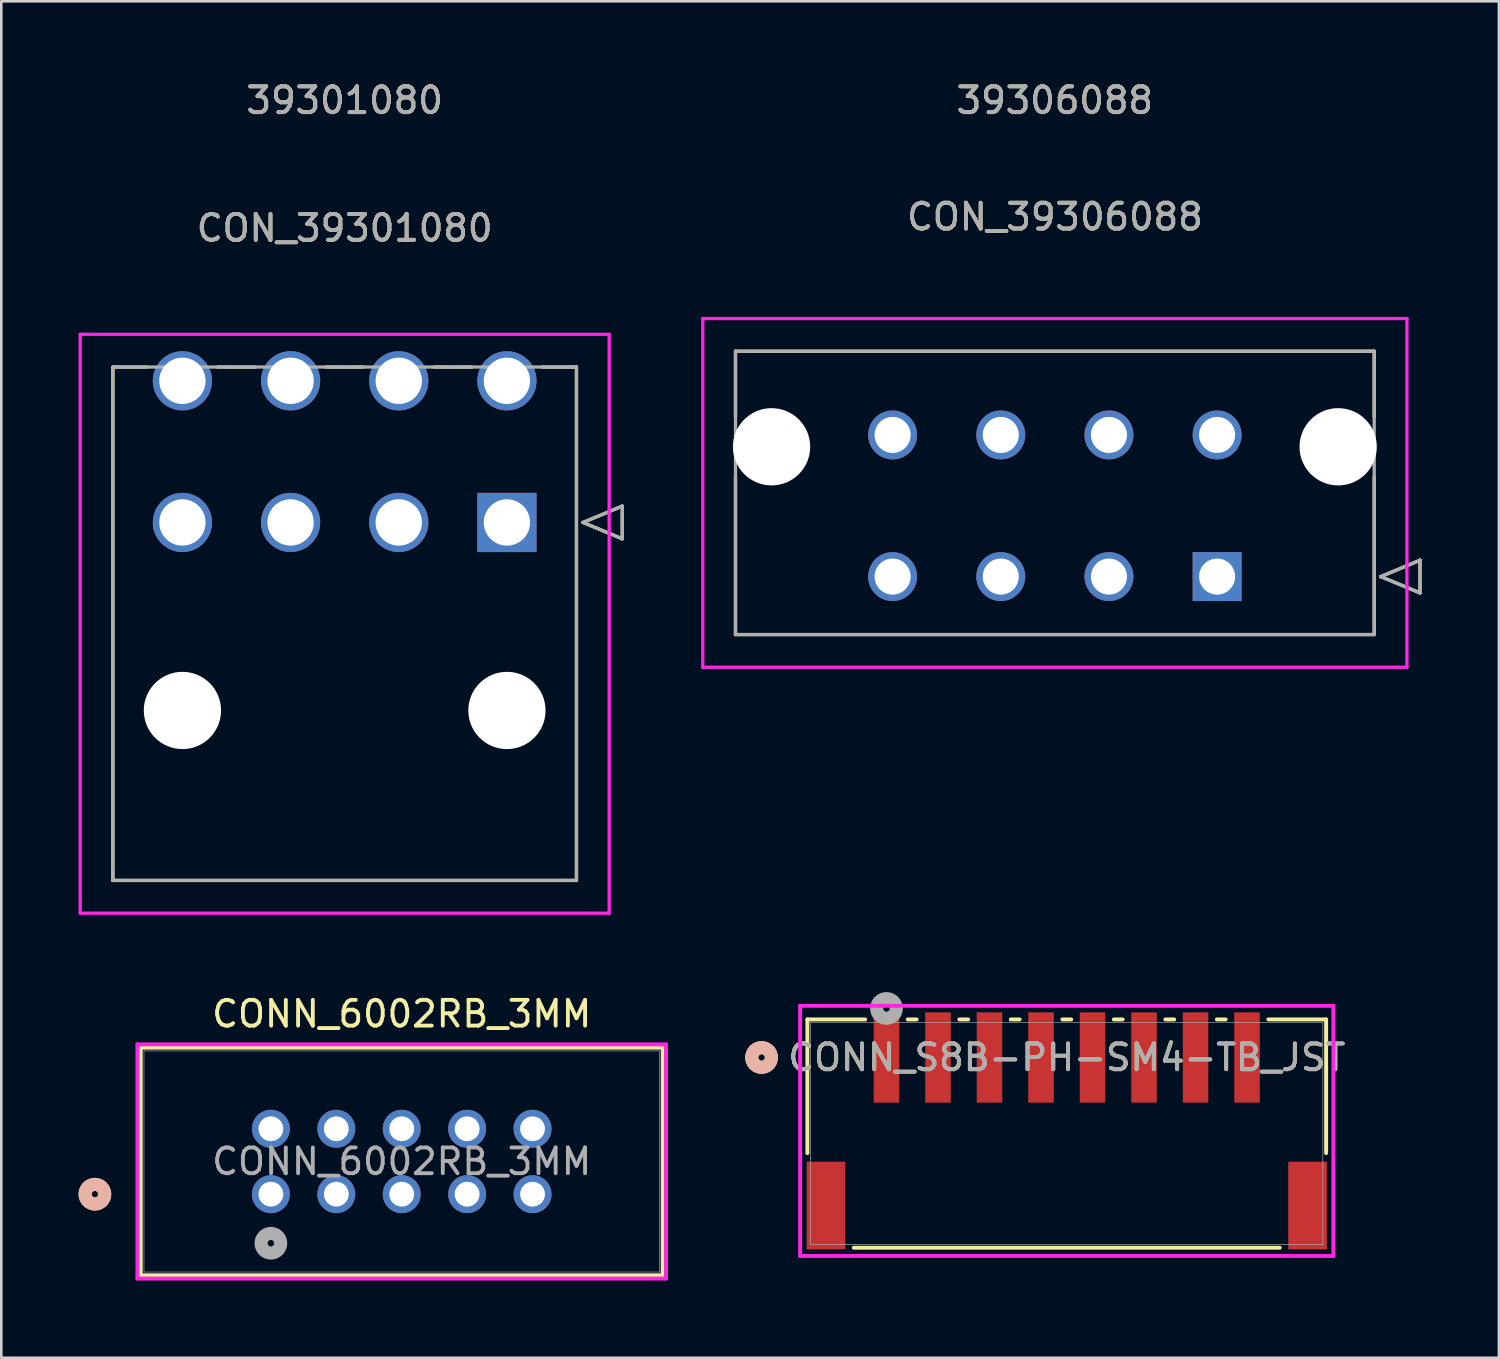
<source format=kicad_pcb>
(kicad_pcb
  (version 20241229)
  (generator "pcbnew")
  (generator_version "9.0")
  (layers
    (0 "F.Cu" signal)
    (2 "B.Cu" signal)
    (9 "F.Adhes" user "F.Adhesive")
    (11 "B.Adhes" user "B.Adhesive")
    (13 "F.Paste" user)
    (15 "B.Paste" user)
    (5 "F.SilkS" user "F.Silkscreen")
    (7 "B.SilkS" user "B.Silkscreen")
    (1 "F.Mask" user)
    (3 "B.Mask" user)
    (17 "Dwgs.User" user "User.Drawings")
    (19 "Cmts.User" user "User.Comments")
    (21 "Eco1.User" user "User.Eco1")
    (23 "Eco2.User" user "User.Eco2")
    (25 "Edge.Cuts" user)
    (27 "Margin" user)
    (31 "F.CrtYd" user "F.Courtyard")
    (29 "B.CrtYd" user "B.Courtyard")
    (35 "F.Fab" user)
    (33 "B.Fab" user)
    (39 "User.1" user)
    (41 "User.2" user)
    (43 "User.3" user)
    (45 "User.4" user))
  (footprint "CON_39301080"
    (layer "F.Cu")
    (at 16.633 17.236)
    (property "Reference" "CON_39301080" (at -6.3 -11.43 0) (unlocked yes) (layer "F.SilkS") (effects (font (size 1 1) (thickness 0.15))))
    (attr through_hole)
    (fp_line (start -15.3 -6.035) (end -15.3 13.9) (stroke (width 0.127) (type solid)) (layer "F.SilkS"))
    (fp_line (start -15.3 13.9) (end 2.7 13.9) (stroke (width 0.127) (type solid)) (layer "F.SilkS"))
    (fp_line (start -13.969 -6.035) (end -15.3 -6.035) (stroke (width 0.127) (type solid)) (layer "F.SilkS"))
    (fp_line (start -9.769 -6.035) (end -11.231 -6.035) (stroke (width 0.127) (type solid)) (layer "F.SilkS"))
    (fp_line (start -5.569 -6.035) (end -7.031 -6.035) (stroke (width 0.127) (type solid)) (layer "F.SilkS"))
    (fp_line (start -1.369 -6.035) (end -2.831 -6.035) (stroke (width 0.127) (type solid)) (layer "F.SilkS"))
    (fp_line (start 2.7 -6.035) (end 1.369 -6.035) (stroke (width 0.127) (type solid)) (layer "F.SilkS"))
    (fp_line (start 2.7 13.9) (end 2.7 -6.035) (stroke (width 0.127) (type solid)) (layer "F.SilkS"))
    (fp_line (start 2.954 0) (end 4.478 -0.635) (stroke (width 0.127) (type solid)) (layer "F.SilkS"))
    (fp_line (start 4.478 -0.635) (end 4.478 0.635) (stroke (width 0.127) (type solid)) (layer "F.SilkS"))
    (fp_line (start 4.478 0.635) (end 2.954 0) (stroke (width 0.127) (type solid)) (layer "F.SilkS"))
    (fp_line (start -16.57 -7.305) (end -16.57 15.17) (stroke (width 0.127) (type solid)) (layer "F.CrtYd"))
    (fp_line (start -16.57 15.17) (end 3.97 15.17) (stroke (width 0.127) (type solid)) (layer "F.CrtYd"))
    (fp_line (start 3.97 -7.305) (end -16.57 -7.305) (stroke (width 0.127) (type solid)) (layer "F.CrtYd"))
    (fp_line (start 3.97 15.17) (end 3.97 -7.305) (stroke (width 0.127) (type solid)) (layer "F.CrtYd"))
    (fp_line (start -15.3 -6.035) (end -15.3 13.9) (stroke (width 0.127) (type solid)) (layer "F.Fab"))
    (fp_line (start -15.3 13.9) (end 2.7 13.9) (stroke (width 0.127) (type solid)) (layer "F.Fab"))
    (fp_line (start 2.7 -6.035) (end -15.3 -6.035) (stroke (width 0.127) (type solid)) (layer "F.Fab"))
    (fp_line (start 2.7 13.9) (end 2.7 -6.035) (stroke (width 0.127) (type solid)) (layer "F.Fab"))
    (fp_line (start 2.954 0) (end 4.478 -0.635) (stroke (width 0.127) (type solid)) (layer "F.Fab"))
    (fp_line (start 4.478 -0.635) (end 4.478 0.635) (stroke (width 0.127) (type solid)) (layer "F.Fab"))
    (fp_line (start 4.478 0.635) (end 2.954 0) (stroke (width 0.127) (type solid)) (layer "F.Fab"))
    (fp_text user "39301080" (at -6.3 -16.388 0) (unlocked yes) (layer "F.SilkS") (effects (font (size 1 1) (thickness 0.15))))
    (fp_text user "39301080" (at -6.3 -16.388 0) (unlocked yes) (layer "F.Fab") (effects (font (size 1 1) (thickness 0.15))))
    (fp_text user "${REFERENCE}" (at -6.3 -11.43 0) (unlocked yes) (layer "F.Fab") (effects (font (size 1 1) (thickness 0.15))))
    (pad "" np_thru_hole circle (at -12.6 7.3) (size 3 3) (drill 3) (layers "*.Cu" "*.Mask"))
    (pad "" np_thru_hole circle (at 0 7.3) (size 3 3) (drill 3) (layers "*.Cu" "*.Mask"))
    (pad "1" thru_hole rect (at 0 0) (size 2.3 2.3) (drill 1.8) (layers "*.Cu" "*.Mask"))
    (pad "2" thru_hole circle (at -4.2 0) (size 2.3 2.3) (drill 1.8) (layers "*.Cu" "*.Mask"))
    (pad "3" thru_hole circle (at -8.4 0) (size 2.3 2.3) (drill 1.8) (layers "*.Cu" "*.Mask"))
    (pad "4" thru_hole circle (at -12.6 0) (size 2.3 2.3) (drill 1.8) (layers "*.Cu" "*.Mask"))
    (pad "5" thru_hole circle (at 0 -5.5) (size 2.3 2.3) (drill 1.8) (layers "*.Cu" "*.Mask"))
    (pad "6" thru_hole circle (at -4.2 -5.5) (size 2.3 2.3) (drill 1.8) (layers "*.Cu" "*.Mask"))
    (pad "7" thru_hole circle (at -8.4 -5.5) (size 2.3 2.3) (drill 1.8) (layers "*.Cu" "*.Mask"))
    (pad "8" thru_hole circle (at -12.6 -5.5) (size 2.3 2.3) (drill 1.8) (layers "*.Cu" "*.Mask")))
  (footprint "CONN_6002RB_3MM"
    (layer "F.Cu")
    (at 7.468 43.318)
    (property "Reference" "CONN_6002RB_3MM" (at 5.08 -7 0) (unlocked yes) (layer "F.SilkS") (effects (font (size 1 1) (thickness 0.15))))
    (attr through_hole)
    (fp_line (start -5.055 -5.69) (end -5.055 3.15) (stroke (width 0.152) (type solid)) (layer "F.SilkS"))
    (fp_line (start -5.055 3.15) (end 15.215 3.15) (stroke (width 0.152) (type solid)) (layer "F.SilkS"))
    (fp_line (start 15.215 -5.69) (end -5.055 -5.69) (stroke (width 0.152) (type solid)) (layer "F.SilkS"))
    (fp_line (start 15.215 3.15) (end 15.215 -5.69) (stroke (width 0.152) (type solid)) (layer "F.SilkS"))
    (fp_circle (center -6.833 0) (end -6.452 0) (stroke (width 0.508) (type solid)) (fill no) (layer "F.SilkS"))
    (fp_circle (center -6.833 0) (end -6.452 0) (stroke (width 0.508) (type solid)) (fill no) (layer "B.SilkS"))
    (fp_line (start -5.182 -5.817) (end -5.182 3.277) (stroke (width 0.152) (type solid)) (layer "F.CrtYd"))
    (fp_line (start -5.182 3.277) (end 15.342 3.277) (stroke (width 0.152) (type solid)) (layer "F.CrtYd"))
    (fp_line (start 15.342 -5.817) (end -5.182 -5.817) (stroke (width 0.152) (type solid)) (layer "F.CrtYd"))
    (fp_line (start 15.342 3.277) (end 15.342 -5.817) (stroke (width 0.152) (type solid)) (layer "F.CrtYd"))
    (fp_line (start -4.928 -5.563) (end -4.928 3.023) (stroke (width 0.025) (type solid)) (layer "F.Fab"))
    (fp_line (start -4.928 3.023) (end 15.088 3.023) (stroke (width 0.025) (type solid)) (layer "F.Fab"))
    (fp_line (start 15.088 -5.563) (end -4.928 -5.563) (stroke (width 0.025) (type solid)) (layer "F.Fab"))
    (fp_line (start 15.088 3.023) (end 15.088 -5.563) (stroke (width 0.025) (type solid)) (layer "F.Fab"))
    (fp_circle (center 0 1.905) (end 0.381 1.905) (stroke (width 0.508) (type solid)) (fill no) (layer "F.Fab"))
    (fp_text user "${REFERENCE}" (at 5.08 -1.27 0) (unlocked yes) (layer "F.Fab") (effects (font (size 1 1) (thickness 0.15))))
    (pad "1" thru_hole circle (at 0 0) (size 1.473 1.473) (drill 0.965) (layers "*.Cu" "*.Mask"))
    (pad "2" thru_hole circle (at 2.54 0) (size 1.473 1.473) (drill 0.965) (layers "*.Cu" "*.Mask"))
    (pad "3" thru_hole circle (at 5.08 0) (size 1.473 1.473) (drill 0.965) (layers "*.Cu" "*.Mask"))
    (pad "4" thru_hole circle (at 7.62 0) (size 1.473 1.473) (drill 0.965) (layers "*.Cu" "*.Mask"))
    (pad "5" thru_hole circle (at 10.16 0) (size 1.473 1.473) (drill 0.965) (layers "*.Cu" "*.Mask"))
    (pad "6" thru_hole circle (at 0 -2.54) (size 1.473 1.473) (drill 0.965) (layers "*.Cu" "*.Mask"))
    (pad "7" thru_hole circle (at 2.54 -2.54) (size 1.473 1.473) (drill 0.965) (layers "*.Cu" "*.Mask"))
    (pad "8" thru_hole circle (at 5.08 -2.54) (size 1.473 1.473) (drill 0.965) (layers "*.Cu" "*.Mask"))
    (pad "9" thru_hole circle (at 7.62 -2.54) (size 1.473 1.473) (drill 0.965) (layers "*.Cu" "*.Mask"))
    (pad "10" thru_hole circle (at 10.16 -2.54) (size 1.473 1.473) (drill 0.965) (layers "*.Cu" "*.Mask")))
  (footprint "CONN_S8B-PH-SM4-TB_JST"
    (layer "F.Cu")
    (at 38.37 40.965)
    (property "Reference" "CONN_S8B-PH-SM4-TB_JST" (at 0 -2.955 0) (unlocked yes) (layer "F.SilkS") (effects (font (size 1 1) (thickness 0.15))))
    (attr smd)
    (fp_line (start -10.071 -4.432) (end -10.071 0.76) (stroke (width 0.152) (type solid)) (layer "F.SilkS"))
    (fp_line (start -8.268 4.432) (end 8.268 4.432) (stroke (width 0.152) (type solid)) (layer "F.SilkS"))
    (fp_line (start -7.828 -4.432) (end -10.071 -4.432) (stroke (width 0.152) (type solid)) (layer "F.SilkS"))
    (fp_line (start -5.828 -4.432) (end -6.172 -4.432) (stroke (width 0.152) (type solid)) (layer "F.SilkS"))
    (fp_line (start -3.828 -4.432) (end -4.172 -4.432) (stroke (width 0.152) (type solid)) (layer "F.SilkS"))
    (fp_line (start -1.828 -4.432) (end -2.172 -4.432) (stroke (width 0.152) (type solid)) (layer "F.SilkS"))
    (fp_line (start 0.172 -4.432) (end -0.172 -4.432) (stroke (width 0.152) (type solid)) (layer "F.SilkS"))
    (fp_line (start 2.172 -4.432) (end 1.828 -4.432) (stroke (width 0.152) (type solid)) (layer "F.SilkS"))
    (fp_line (start 4.172 -4.432) (end 3.828 -4.432) (stroke (width 0.152) (type solid)) (layer "F.SilkS"))
    (fp_line (start 6.172 -4.432) (end 5.828 -4.432) (stroke (width 0.152) (type solid)) (layer "F.SilkS"))
    (fp_line (start 10.071 -4.432) (end 7.828 -4.432) (stroke (width 0.152) (type solid)) (layer "F.SilkS"))
    (fp_line (start 10.071 0.76) (end 10.071 -4.432) (stroke (width 0.152) (type solid)) (layer "F.SilkS"))
    (fp_circle (center -11.849 -2.955) (end -11.468 -2.955) (stroke (width 0.508) (type solid)) (fill no) (layer "F.SilkS"))
    (fp_circle (center -11.849 -2.955) (end -11.468 -2.955) (stroke (width 0.508) (type solid)) (fill no) (layer "B.SilkS"))
    (fp_line (start -10.353 -4.962) (end -10.353 4.751) (stroke (width 0.152) (type solid)) (layer "F.CrtYd"))
    (fp_line (start -10.353 4.751) (end 10.353 4.751) (stroke (width 0.152) (type solid)) (layer "F.CrtYd"))
    (fp_line (start 10.353 -4.962) (end -10.353 -4.962) (stroke (width 0.152) (type solid)) (layer "F.CrtYd"))
    (fp_line (start 10.353 4.751) (end 10.353 -4.962) (stroke (width 0.152) (type solid)) (layer "F.CrtYd"))
    (fp_line (start -9.944 -4.305) (end -9.944 4.305) (stroke (width 0.025) (type solid)) (layer "F.Fab"))
    (fp_line (start -9.944 4.305) (end 9.944 4.305) (stroke (width 0.025) (type solid)) (layer "F.Fab"))
    (fp_line (start 9.944 -4.305) (end -9.944 -4.305) (stroke (width 0.025) (type solid)) (layer "F.Fab"))
    (fp_line (start 9.944 4.305) (end 9.944 -4.305) (stroke (width 0.025) (type solid)) (layer "F.Fab"))
    (fp_circle (center -7 -4.86) (end -6.619 -4.86) (stroke (width 0.508) (type solid)) (fill no) (layer "F.Fab"))
    (fp_text user "${REFERENCE}" (at 0 -2.955 0) (unlocked yes) (layer "F.Fab") (effects (font (size 1 1) (thickness 0.15))))
    (pad "1" smd rect (at -7 -2.955) (size 0.991 3.505) (layers "F.Cu" "F.Mask" "F.Paste"))
    (pad "2" smd rect (at -5 -2.955) (size 0.991 3.505) (layers "F.Cu" "F.Mask" "F.Paste"))
    (pad "3" smd rect (at -3 -2.955) (size 0.991 3.505) (layers "F.Cu" "F.Mask" "F.Paste"))
    (pad "4" smd rect (at -1 -2.955) (size 0.991 3.505) (layers "F.Cu" "F.Mask" "F.Paste"))
    (pad "5" smd rect (at 1 -2.955) (size 0.991 3.505) (layers "F.Cu" "F.Mask" "F.Paste"))
    (pad "6" smd rect (at 3 -2.955) (size 0.991 3.505) (layers "F.Cu" "F.Mask" "F.Paste"))
    (pad "7" smd rect (at 5 -2.955) (size 0.991 3.505) (layers "F.Cu" "F.Mask" "F.Paste"))
    (pad "8" smd rect (at 7 -2.955) (size 0.991 3.505) (layers "F.Cu" "F.Mask" "F.Paste"))
    (pad "9" smd rect (at -9.35 2.795) (size 1.499 3.404) (layers "F.Cu" "F.Mask" "F.Paste"))
    (pad "10" smd rect (at 9.35 2.795) (size 1.499 3.404) (layers "F.Cu" "F.Mask" "F.Paste")))
  (footprint "CON_39306088"
    (layer "F.Cu")
    (at 44.208 19.338)
    (property "Reference" "CON_39306088" (at -6.3 -13.97 0) (unlocked yes) (layer "F.SilkS") (effects (font (size 1 1) (thickness 0.15))))
    (attr through_hole)
    (fp_line (start -18.7 -8.75) (end -18.7 -6.203) (stroke (width 0.127) (type solid)) (layer "F.SilkS"))
    (fp_line (start -18.7 -3.877) (end -18.7 2.25) (stroke (width 0.127) (type solid)) (layer "F.SilkS"))
    (fp_line (start -18.7 2.25) (end 6.1 2.25) (stroke (width 0.127) (type solid)) (layer "F.SilkS"))
    (fp_line (start 6.1 -8.75) (end -18.7 -8.75) (stroke (width 0.127) (type solid)) (layer "F.SilkS"))
    (fp_line (start 6.1 -6.203) (end 6.1 -8.75) (stroke (width 0.127) (type solid)) (layer "F.SilkS"))
    (fp_line (start 6.1 2.25) (end 6.1 -3.877) (stroke (width 0.127) (type solid)) (layer "F.SilkS"))
    (fp_line (start 6.354 0) (end 7.878 -0.635) (stroke (width 0.127) (type solid)) (layer "F.SilkS"))
    (fp_line (start 7.878 -0.635) (end 7.878 0.635) (stroke (width 0.127) (type solid)) (layer "F.SilkS"))
    (fp_line (start 7.878 0.635) (end 6.354 0) (stroke (width 0.127) (type solid)) (layer "F.SilkS"))
    (fp_line (start -19.97 -10.02) (end -19.97 3.52) (stroke (width 0.127) (type solid)) (layer "F.CrtYd"))
    (fp_line (start -19.97 3.52) (end 7.37 3.52) (stroke (width 0.127) (type solid)) (layer "F.CrtYd"))
    (fp_line (start 7.37 -10.02) (end -19.97 -10.02) (stroke (width 0.127) (type solid)) (layer "F.CrtYd"))
    (fp_line (start 7.37 3.52) (end 7.37 -10.02) (stroke (width 0.127) (type solid)) (layer "F.CrtYd"))
    (fp_line (start -18.7 -8.75) (end -18.7 2.25) (stroke (width 0.127) (type solid)) (layer "F.Fab"))
    (fp_line (start -18.7 2.25) (end 6.1 2.25) (stroke (width 0.127) (type solid)) (layer "F.Fab"))
    (fp_line (start 6.1 -8.75) (end -18.7 -8.75) (stroke (width 0.127) (type solid)) (layer "F.Fab"))
    (fp_line (start 6.1 2.25) (end 6.1 -8.75) (stroke (width 0.127) (type solid)) (layer "F.Fab"))
    (fp_line (start 6.354 0) (end 7.878 -0.635) (stroke (width 0.127) (type solid)) (layer "F.Fab"))
    (fp_line (start 7.878 -0.635) (end 7.878 0.635) (stroke (width 0.127) (type solid)) (layer "F.Fab"))
    (fp_line (start 7.878 0.635) (end 6.354 0) (stroke (width 0.127) (type solid)) (layer "F.Fab"))
    (fp_text user "39306088" (at -6.3 -18.49 0) (unlocked yes) (layer "F.SilkS") (effects (font (size 1 1) (thickness 0.15))))
    (fp_text user "39306088" (at -6.3 -18.49 0) (unlocked yes) (layer "F.Fab") (effects (font (size 1 1) (thickness 0.15))))
    (fp_text user "${REFERENCE}" (at -6.3 -13.97 0) (unlocked yes) (layer "F.Fab") (effects (font (size 1 1) (thickness 0.15))))
    (pad "" np_thru_hole circle (at -17.3 -5.04) (size 3 3) (drill 3) (layers "*.Cu" "*.Mask"))
    (pad "" np_thru_hole circle (at 4.7 -5.04) (size 3 3) (drill 3) (layers "*.Cu" "*.Mask"))
    (pad "1" thru_hole rect (at 0 0) (size 1.9 1.9) (drill 1.4) (layers "*.Cu" "*.Mask"))
    (pad "2" thru_hole circle (at -4.2 0) (size 1.9 1.9) (drill 1.4) (layers "*.Cu" "*.Mask"))
    (pad "3" thru_hole circle (at -8.4 0) (size 1.9 1.9) (drill 1.4) (layers "*.Cu" "*.Mask"))
    (pad "4" thru_hole circle (at -12.6 0) (size 1.9 1.9) (drill 1.4) (layers "*.Cu" "*.Mask"))
    (pad "5" thru_hole circle (at 0 -5.5) (size 1.9 1.9) (drill 1.4) (layers "*.Cu" "*.Mask"))
    (pad "6" thru_hole circle (at -4.2 -5.5) (size 1.9 1.9) (drill 1.4) (layers "*.Cu" "*.Mask"))
    (pad "7" thru_hole circle (at -8.4 -5.5) (size 1.9 1.9) (drill 1.4) (layers "*.Cu" "*.Mask"))
    (pad "8" thru_hole circle (at -12.6 -5.5) (size 1.9 1.9) (drill 1.4) (layers "*.Cu" "*.Mask")))
  (gr_rect
    (start -3 -3)
    (end 55.15 49.67)
    (stroke (width 0.1) (type default))
    (fill no)
    (layer "Edge.Cuts")))
</source>
